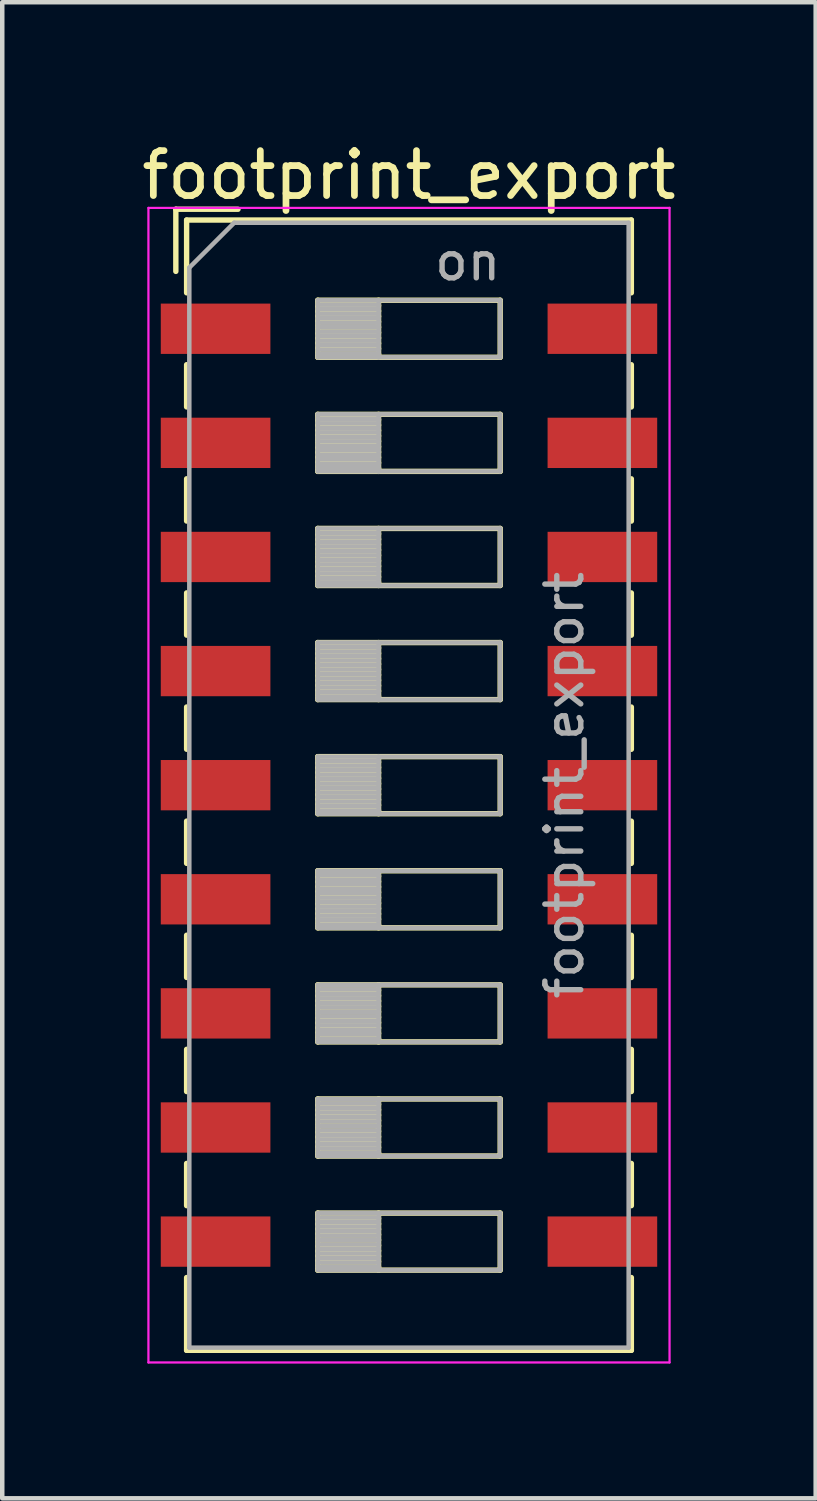
<source format=kicad_pcb>
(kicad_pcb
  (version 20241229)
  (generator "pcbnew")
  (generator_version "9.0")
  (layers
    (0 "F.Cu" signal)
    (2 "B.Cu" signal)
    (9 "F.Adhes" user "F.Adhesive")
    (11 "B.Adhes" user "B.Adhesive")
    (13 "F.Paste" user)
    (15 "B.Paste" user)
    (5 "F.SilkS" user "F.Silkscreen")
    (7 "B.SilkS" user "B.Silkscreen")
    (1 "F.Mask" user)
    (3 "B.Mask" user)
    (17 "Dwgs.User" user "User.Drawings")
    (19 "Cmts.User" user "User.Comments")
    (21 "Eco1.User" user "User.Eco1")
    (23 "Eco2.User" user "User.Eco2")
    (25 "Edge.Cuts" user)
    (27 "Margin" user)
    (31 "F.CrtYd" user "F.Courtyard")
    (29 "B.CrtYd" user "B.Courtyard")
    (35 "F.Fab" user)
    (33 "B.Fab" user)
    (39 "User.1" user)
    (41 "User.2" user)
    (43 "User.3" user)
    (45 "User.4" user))
  (footprint "footprint_export"
    (layer "F.Cu")
    (at 6.054 14.428)
    (property "Reference" "footprint_export" (at 0 -13.58 0) (layer "F.SilkS") (effects (font (size 1 1) (thickness 0.15))))
    (attr smd)
    (fp_line (start -5.19 -12.82) (end -5.19 -11.437) (stroke (width 0.12) (type solid)) (layer "F.SilkS"))
    (fp_line (start -5.19 -12.82) (end -3.806 -12.82) (stroke (width 0.12) (type solid)) (layer "F.SilkS"))
    (fp_line (start -4.95 -12.58) (end -4.95 -10.96) (stroke (width 0.12) (type solid)) (layer "F.SilkS"))
    (fp_line (start -4.95 -12.58) (end 4.95 -12.58) (stroke (width 0.12) (type solid)) (layer "F.SilkS"))
    (fp_line (start -4.95 -9.36) (end -4.95 -8.42) (stroke (width 0.12) (type solid)) (layer "F.SilkS"))
    (fp_line (start -4.95 -6.82) (end -4.95 -5.88) (stroke (width 0.12) (type solid)) (layer "F.SilkS"))
    (fp_line (start -4.95 -4.28) (end -4.95 -3.34) (stroke (width 0.12) (type solid)) (layer "F.SilkS"))
    (fp_line (start -4.95 -1.74) (end -4.95 -0.8) (stroke (width 0.12) (type solid)) (layer "F.SilkS"))
    (fp_line (start -4.95 0.8) (end -4.95 1.74) (stroke (width 0.12) (type solid)) (layer "F.SilkS"))
    (fp_line (start -4.95 3.34) (end -4.95 4.28) (stroke (width 0.12) (type solid)) (layer "F.SilkS"))
    (fp_line (start -4.95 5.88) (end -4.95 6.82) (stroke (width 0.12) (type solid)) (layer "F.SilkS"))
    (fp_line (start -4.95 8.42) (end -4.95 9.36) (stroke (width 0.12) (type solid)) (layer "F.SilkS"))
    (fp_line (start -4.95 10.96) (end -4.95 12.58) (stroke (width 0.12) (type solid)) (layer "F.SilkS"))
    (fp_line (start -4.95 12.58) (end 4.95 12.58) (stroke (width 0.12) (type solid)) (layer "F.SilkS"))
    (fp_line (start -2.03 -10.795) (end -2.03 -9.525) (stroke (width 0.12) (type solid)) (layer "F.SilkS"))
    (fp_line (start -2.03 -10.675) (end -0.677 -10.675) (stroke (width 0.12) (type solid)) (layer "F.SilkS"))
    (fp_line (start -2.03 -10.555) (end -0.677 -10.555) (stroke (width 0.12) (type solid)) (layer "F.SilkS"))
    (fp_line (start -2.03 -10.435) (end -0.677 -10.435) (stroke (width 0.12) (type solid)) (layer "F.SilkS"))
    (fp_line (start -2.03 -10.315) (end -0.677 -10.315) (stroke (width 0.12) (type solid)) (layer "F.SilkS"))
    (fp_line (start -2.03 -10.195) (end -0.677 -10.195) (stroke (width 0.12) (type solid)) (layer "F.SilkS"))
    (fp_line (start -2.03 -10.075) (end -0.677 -10.075) (stroke (width 0.12) (type solid)) (layer "F.SilkS"))
    (fp_line (start -2.03 -9.955) (end -0.677 -9.955) (stroke (width 0.12) (type solid)) (layer "F.SilkS"))
    (fp_line (start -2.03 -9.835) (end -0.677 -9.835) (stroke (width 0.12) (type solid)) (layer "F.SilkS"))
    (fp_line (start -2.03 -9.715) (end -0.677 -9.715) (stroke (width 0.12) (type solid)) (layer "F.SilkS"))
    (fp_line (start -2.03 -9.595) (end -0.677 -9.595) (stroke (width 0.12) (type solid)) (layer "F.SilkS"))
    (fp_line (start -2.03 -9.525) (end 2.03 -9.525) (stroke (width 0.12) (type solid)) (layer "F.SilkS"))
    (fp_line (start -2.03 -8.255) (end -2.03 -6.985) (stroke (width 0.12) (type solid)) (layer "F.SilkS"))
    (fp_line (start -2.03 -8.135) (end -0.677 -8.135) (stroke (width 0.12) (type solid)) (layer "F.SilkS"))
    (fp_line (start -2.03 -8.015) (end -0.677 -8.015) (stroke (width 0.12) (type solid)) (layer "F.SilkS"))
    (fp_line (start -2.03 -7.895) (end -0.677 -7.895) (stroke (width 0.12) (type solid)) (layer "F.SilkS"))
    (fp_line (start -2.03 -7.775) (end -0.677 -7.775) (stroke (width 0.12) (type solid)) (layer "F.SilkS"))
    (fp_line (start -2.03 -7.655) (end -0.677 -7.655) (stroke (width 0.12) (type solid)) (layer "F.SilkS"))
    (fp_line (start -2.03 -7.535) (end -0.677 -7.535) (stroke (width 0.12) (type solid)) (layer "F.SilkS"))
    (fp_line (start -2.03 -7.415) (end -0.677 -7.415) (stroke (width 0.12) (type solid)) (layer "F.SilkS"))
    (fp_line (start -2.03 -7.295) (end -0.677 -7.295) (stroke (width 0.12) (type solid)) (layer "F.SilkS"))
    (fp_line (start -2.03 -7.175) (end -0.677 -7.175) (stroke (width 0.12) (type solid)) (layer "F.SilkS"))
    (fp_line (start -2.03 -7.055) (end -0.677 -7.055) (stroke (width 0.12) (type solid)) (layer "F.SilkS"))
    (fp_line (start -2.03 -6.985) (end 2.03 -6.985) (stroke (width 0.12) (type solid)) (layer "F.SilkS"))
    (fp_line (start -2.03 -5.715) (end -2.03 -4.445) (stroke (width 0.12) (type solid)) (layer "F.SilkS"))
    (fp_line (start -2.03 -5.595) (end -0.677 -5.595) (stroke (width 0.12) (type solid)) (layer "F.SilkS"))
    (fp_line (start -2.03 -5.475) (end -0.677 -5.475) (stroke (width 0.12) (type solid)) (layer "F.SilkS"))
    (fp_line (start -2.03 -5.355) (end -0.677 -5.355) (stroke (width 0.12) (type solid)) (layer "F.SilkS"))
    (fp_line (start -2.03 -5.235) (end -0.677 -5.235) (stroke (width 0.12) (type solid)) (layer "F.SilkS"))
    (fp_line (start -2.03 -5.115) (end -0.677 -5.115) (stroke (width 0.12) (type solid)) (layer "F.SilkS"))
    (fp_line (start -2.03 -4.995) (end -0.677 -4.995) (stroke (width 0.12) (type solid)) (layer "F.SilkS"))
    (fp_line (start -2.03 -4.875) (end -0.677 -4.875) (stroke (width 0.12) (type solid)) (layer "F.SilkS"))
    (fp_line (start -2.03 -4.755) (end -0.677 -4.755) (stroke (width 0.12) (type solid)) (layer "F.SilkS"))
    (fp_line (start -2.03 -4.635) (end -0.677 -4.635) (stroke (width 0.12) (type solid)) (layer "F.SilkS"))
    (fp_line (start -2.03 -4.515) (end -0.677 -4.515) (stroke (width 0.12) (type solid)) (layer "F.SilkS"))
    (fp_line (start -2.03 -4.445) (end 2.03 -4.445) (stroke (width 0.12) (type solid)) (layer "F.SilkS"))
    (fp_line (start -2.03 -3.175) (end -2.03 -1.905) (stroke (width 0.12) (type solid)) (layer "F.SilkS"))
    (fp_line (start -2.03 -3.055) (end -0.677 -3.055) (stroke (width 0.12) (type solid)) (layer "F.SilkS"))
    (fp_line (start -2.03 -2.935) (end -0.677 -2.935) (stroke (width 0.12) (type solid)) (layer "F.SilkS"))
    (fp_line (start -2.03 -2.815) (end -0.677 -2.815) (stroke (width 0.12) (type solid)) (layer "F.SilkS"))
    (fp_line (start -2.03 -2.695) (end -0.677 -2.695) (stroke (width 0.12) (type solid)) (layer "F.SilkS"))
    (fp_line (start -2.03 -2.575) (end -0.677 -2.575) (stroke (width 0.12) (type solid)) (layer "F.SilkS"))
    (fp_line (start -2.03 -2.455) (end -0.677 -2.455) (stroke (width 0.12) (type solid)) (layer "F.SilkS"))
    (fp_line (start -2.03 -2.335) (end -0.677 -2.335) (stroke (width 0.12) (type solid)) (layer "F.SilkS"))
    (fp_line (start -2.03 -2.215) (end -0.677 -2.215) (stroke (width 0.12) (type solid)) (layer "F.SilkS"))
    (fp_line (start -2.03 -2.095) (end -0.677 -2.095) (stroke (width 0.12) (type solid)) (layer "F.SilkS"))
    (fp_line (start -2.03 -1.975) (end -0.677 -1.975) (stroke (width 0.12) (type solid)) (layer "F.SilkS"))
    (fp_line (start -2.03 -1.905) (end 2.03 -1.905) (stroke (width 0.12) (type solid)) (layer "F.SilkS"))
    (fp_line (start -2.03 -0.635) (end -2.03 0.635) (stroke (width 0.12) (type solid)) (layer "F.SilkS"))
    (fp_line (start -2.03 -0.515) (end -0.677 -0.515) (stroke (width 0.12) (type solid)) (layer "F.SilkS"))
    (fp_line (start -2.03 -0.395) (end -0.677 -0.395) (stroke (width 0.12) (type solid)) (layer "F.SilkS"))
    (fp_line (start -2.03 -0.275) (end -0.677 -0.275) (stroke (width 0.12) (type solid)) (layer "F.SilkS"))
    (fp_line (start -2.03 -0.155) (end -0.677 -0.155) (stroke (width 0.12) (type solid)) (layer "F.SilkS"))
    (fp_line (start -2.03 -0.035) (end -0.677 -0.035) (stroke (width 0.12) (type solid)) (layer "F.SilkS"))
    (fp_line (start -2.03 0.085) (end -0.677 0.085) (stroke (width 0.12) (type solid)) (layer "F.SilkS"))
    (fp_line (start -2.03 0.205) (end -0.677 0.205) (stroke (width 0.12) (type solid)) (layer "F.SilkS"))
    (fp_line (start -2.03 0.325) (end -0.677 0.325) (stroke (width 0.12) (type solid)) (layer "F.SilkS"))
    (fp_line (start -2.03 0.445) (end -0.677 0.445) (stroke (width 0.12) (type solid)) (layer "F.SilkS"))
    (fp_line (start -2.03 0.565) (end -0.677 0.565) (stroke (width 0.12) (type solid)) (layer "F.SilkS"))
    (fp_line (start -2.03 0.635) (end 2.03 0.635) (stroke (width 0.12) (type solid)) (layer "F.SilkS"))
    (fp_line (start -2.03 1.905) (end -2.03 3.175) (stroke (width 0.12) (type solid)) (layer "F.SilkS"))
    (fp_line (start -2.03 2.025) (end -0.677 2.025) (stroke (width 0.12) (type solid)) (layer "F.SilkS"))
    (fp_line (start -2.03 2.145) (end -0.677 2.145) (stroke (width 0.12) (type solid)) (layer "F.SilkS"))
    (fp_line (start -2.03 2.265) (end -0.677 2.265) (stroke (width 0.12) (type solid)) (layer "F.SilkS"))
    (fp_line (start -2.03 2.385) (end -0.677 2.385) (stroke (width 0.12) (type solid)) (layer "F.SilkS"))
    (fp_line (start -2.03 2.505) (end -0.677 2.505) (stroke (width 0.12) (type solid)) (layer "F.SilkS"))
    (fp_line (start -2.03 2.625) (end -0.677 2.625) (stroke (width 0.12) (type solid)) (layer "F.SilkS"))
    (fp_line (start -2.03 2.745) (end -0.677 2.745) (stroke (width 0.12) (type solid)) (layer "F.SilkS"))
    (fp_line (start -2.03 2.865) (end -0.677 2.865) (stroke (width 0.12) (type solid)) (layer "F.SilkS"))
    (fp_line (start -2.03 2.985) (end -0.677 2.985) (stroke (width 0.12) (type solid)) (layer "F.SilkS"))
    (fp_line (start -2.03 3.105) (end -0.677 3.105) (stroke (width 0.12) (type solid)) (layer "F.SilkS"))
    (fp_line (start -2.03 3.175) (end 2.03 3.175) (stroke (width 0.12) (type solid)) (layer "F.SilkS"))
    (fp_line (start -2.03 4.445) (end -2.03 5.715) (stroke (width 0.12) (type solid)) (layer "F.SilkS"))
    (fp_line (start -2.03 4.565) (end -0.677 4.565) (stroke (width 0.12) (type solid)) (layer "F.SilkS"))
    (fp_line (start -2.03 4.685) (end -0.677 4.685) (stroke (width 0.12) (type solid)) (layer "F.SilkS"))
    (fp_line (start -2.03 4.805) (end -0.677 4.805) (stroke (width 0.12) (type solid)) (layer "F.SilkS"))
    (fp_line (start -2.03 4.925) (end -0.677 4.925) (stroke (width 0.12) (type solid)) (layer "F.SilkS"))
    (fp_line (start -2.03 5.045) (end -0.677 5.045) (stroke (width 0.12) (type solid)) (layer "F.SilkS"))
    (fp_line (start -2.03 5.165) (end -0.677 5.165) (stroke (width 0.12) (type solid)) (layer "F.SilkS"))
    (fp_line (start -2.03 5.285) (end -0.677 5.285) (stroke (width 0.12) (type solid)) (layer "F.SilkS"))
    (fp_line (start -2.03 5.405) (end -0.677 5.405) (stroke (width 0.12) (type solid)) (layer "F.SilkS"))
    (fp_line (start -2.03 5.525) (end -0.677 5.525) (stroke (width 0.12) (type solid)) (layer "F.SilkS"))
    (fp_line (start -2.03 5.645) (end -0.677 5.645) (stroke (width 0.12) (type solid)) (layer "F.SilkS"))
    (fp_line (start -2.03 5.715) (end 2.03 5.715) (stroke (width 0.12) (type solid)) (layer "F.SilkS"))
    (fp_line (start -2.03 6.985) (end -2.03 8.255) (stroke (width 0.12) (type solid)) (layer "F.SilkS"))
    (fp_line (start -2.03 7.105) (end -0.677 7.105) (stroke (width 0.12) (type solid)) (layer "F.SilkS"))
    (fp_line (start -2.03 7.225) (end -0.677 7.225) (stroke (width 0.12) (type solid)) (layer "F.SilkS"))
    (fp_line (start -2.03 7.345) (end -0.677 7.345) (stroke (width 0.12) (type solid)) (layer "F.SilkS"))
    (fp_line (start -2.03 7.465) (end -0.677 7.465) (stroke (width 0.12) (type solid)) (layer "F.SilkS"))
    (fp_line (start -2.03 7.585) (end -0.677 7.585) (stroke (width 0.12) (type solid)) (layer "F.SilkS"))
    (fp_line (start -2.03 7.705) (end -0.677 7.705) (stroke (width 0.12) (type solid)) (layer "F.SilkS"))
    (fp_line (start -2.03 7.825) (end -0.677 7.825) (stroke (width 0.12) (type solid)) (layer "F.SilkS"))
    (fp_line (start -2.03 7.945) (end -0.677 7.945) (stroke (width 0.12) (type solid)) (layer "F.SilkS"))
    (fp_line (start -2.03 8.065) (end -0.677 8.065) (stroke (width 0.12) (type solid)) (layer "F.SilkS"))
    (fp_line (start -2.03 8.185) (end -0.677 8.185) (stroke (width 0.12) (type solid)) (layer "F.SilkS"))
    (fp_line (start -2.03 8.255) (end 2.03 8.255) (stroke (width 0.12) (type solid)) (layer "F.SilkS"))
    (fp_line (start -2.03 9.525) (end -2.03 10.795) (stroke (width 0.12) (type solid)) (layer "F.SilkS"))
    (fp_line (start -2.03 9.645) (end -0.677 9.645) (stroke (width 0.12) (type solid)) (layer "F.SilkS"))
    (fp_line (start -2.03 9.765) (end -0.677 9.765) (stroke (width 0.12) (type solid)) (layer "F.SilkS"))
    (fp_line (start -2.03 9.885) (end -0.677 9.885) (stroke (width 0.12) (type solid)) (layer "F.SilkS"))
    (fp_line (start -2.03 10.005) (end -0.677 10.005) (stroke (width 0.12) (type solid)) (layer "F.SilkS"))
    (fp_line (start -2.03 10.125) (end -0.677 10.125) (stroke (width 0.12) (type solid)) (layer "F.SilkS"))
    (fp_line (start -2.03 10.245) (end -0.677 10.245) (stroke (width 0.12) (type solid)) (layer "F.SilkS"))
    (fp_line (start -2.03 10.365) (end -0.677 10.365) (stroke (width 0.12) (type solid)) (layer "F.SilkS"))
    (fp_line (start -2.03 10.485) (end -0.677 10.485) (stroke (width 0.12) (type solid)) (layer "F.SilkS"))
    (fp_line (start -2.03 10.605) (end -0.677 10.605) (stroke (width 0.12) (type solid)) (layer "F.SilkS"))
    (fp_line (start -2.03 10.725) (end -0.677 10.725) (stroke (width 0.12) (type solid)) (layer "F.SilkS"))
    (fp_line (start -2.03 10.795) (end 2.03 10.795) (stroke (width 0.12) (type solid)) (layer "F.SilkS"))
    (fp_line (start -0.677 -10.795) (end -0.677 -9.525) (stroke (width 0.12) (type solid)) (layer "F.SilkS"))
    (fp_line (start -0.677 -8.255) (end -0.677 -6.985) (stroke (width 0.12) (type solid)) (layer "F.SilkS"))
    (fp_line (start -0.677 -5.715) (end -0.677 -4.445) (stroke (width 0.12) (type solid)) (layer "F.SilkS"))
    (fp_line (start -0.677 -3.175) (end -0.677 -1.905) (stroke (width 0.12) (type solid)) (layer "F.SilkS"))
    (fp_line (start -0.677 -0.635) (end -0.677 0.635) (stroke (width 0.12) (type solid)) (layer "F.SilkS"))
    (fp_line (start -0.677 1.905) (end -0.677 3.175) (stroke (width 0.12) (type solid)) (layer "F.SilkS"))
    (fp_line (start -0.677 4.445) (end -0.677 5.715) (stroke (width 0.12) (type solid)) (layer "F.SilkS"))
    (fp_line (start -0.677 6.985) (end -0.677 8.255) (stroke (width 0.12) (type solid)) (layer "F.SilkS"))
    (fp_line (start -0.677 9.525) (end -0.677 10.795) (stroke (width 0.12) (type solid)) (layer "F.SilkS"))
    (fp_line (start 2.03 -10.795) (end -2.03 -10.795) (stroke (width 0.12) (type solid)) (layer "F.SilkS"))
    (fp_line (start 2.03 -9.525) (end 2.03 -10.795) (stroke (width 0.12) (type solid)) (layer "F.SilkS"))
    (fp_line (start 2.03 -8.255) (end -2.03 -8.255) (stroke (width 0.12) (type solid)) (layer "F.SilkS"))
    (fp_line (start 2.03 -6.985) (end 2.03 -8.255) (stroke (width 0.12) (type solid)) (layer "F.SilkS"))
    (fp_line (start 2.03 -5.715) (end -2.03 -5.715) (stroke (width 0.12) (type solid)) (layer "F.SilkS"))
    (fp_line (start 2.03 -4.445) (end 2.03 -5.715) (stroke (width 0.12) (type solid)) (layer "F.SilkS"))
    (fp_line (start 2.03 -3.175) (end -2.03 -3.175) (stroke (width 0.12) (type solid)) (layer "F.SilkS"))
    (fp_line (start 2.03 -1.905) (end 2.03 -3.175) (stroke (width 0.12) (type solid)) (layer "F.SilkS"))
    (fp_line (start 2.03 -0.635) (end -2.03 -0.635) (stroke (width 0.12) (type solid)) (layer "F.SilkS"))
    (fp_line (start 2.03 0.635) (end 2.03 -0.635) (stroke (width 0.12) (type solid)) (layer "F.SilkS"))
    (fp_line (start 2.03 1.905) (end -2.03 1.905) (stroke (width 0.12) (type solid)) (layer "F.SilkS"))
    (fp_line (start 2.03 3.175) (end 2.03 1.905) (stroke (width 0.12) (type solid)) (layer "F.SilkS"))
    (fp_line (start 2.03 4.445) (end -2.03 4.445) (stroke (width 0.12) (type solid)) (layer "F.SilkS"))
    (fp_line (start 2.03 5.715) (end 2.03 4.445) (stroke (width 0.12) (type solid)) (layer "F.SilkS"))
    (fp_line (start 2.03 6.985) (end -2.03 6.985) (stroke (width 0.12) (type solid)) (layer "F.SilkS"))
    (fp_line (start 2.03 8.255) (end 2.03 6.985) (stroke (width 0.12) (type solid)) (layer "F.SilkS"))
    (fp_line (start 2.03 9.525) (end -2.03 9.525) (stroke (width 0.12) (type solid)) (layer "F.SilkS"))
    (fp_line (start 2.03 10.795) (end 2.03 9.525) (stroke (width 0.12) (type solid)) (layer "F.SilkS"))
    (fp_line (start 4.95 -12.58) (end 4.95 -10.96) (stroke (width 0.12) (type solid)) (layer "F.SilkS"))
    (fp_line (start 4.95 -9.359) (end 4.95 -8.419) (stroke (width 0.12) (type solid)) (layer "F.SilkS"))
    (fp_line (start 4.95 -6.819) (end 4.95 -5.879) (stroke (width 0.12) (type solid)) (layer "F.SilkS"))
    (fp_line (start 4.95 -4.279) (end 4.95 -3.339) (stroke (width 0.12) (type solid)) (layer "F.SilkS"))
    (fp_line (start 4.95 -1.739) (end 4.95 -0.799) (stroke (width 0.12) (type solid)) (layer "F.SilkS"))
    (fp_line (start 4.95 0.801) (end 4.95 1.741) (stroke (width 0.12) (type solid)) (layer "F.SilkS"))
    (fp_line (start 4.95 3.341) (end 4.95 4.281) (stroke (width 0.12) (type solid)) (layer "F.SilkS"))
    (fp_line (start 4.95 5.881) (end 4.95 6.82) (stroke (width 0.12) (type solid)) (layer "F.SilkS"))
    (fp_line (start 4.95 8.42) (end 4.95 9.36) (stroke (width 0.12) (type solid)) (layer "F.SilkS"))
    (fp_line (start 4.95 10.96) (end 4.95 12.58) (stroke (width 0.12) (type solid)) (layer "F.SilkS"))
    (fp_line (start -5.8 -12.85) (end -5.8 12.85) (stroke (width 0.05) (type solid)) (layer "F.CrtYd"))
    (fp_line (start -5.8 12.85) (end 5.8 12.85) (stroke (width 0.05) (type solid)) (layer "F.CrtYd"))
    (fp_line (start 5.8 -12.85) (end -5.8 -12.85) (stroke (width 0.05) (type solid)) (layer "F.CrtYd"))
    (fp_line (start 5.8 12.85) (end 5.8 -12.85) (stroke (width 0.05) (type solid)) (layer "F.CrtYd"))
    (fp_line (start -4.89 -11.52) (end -3.89 -12.52) (stroke (width 0.1) (type solid)) (layer "F.Fab"))
    (fp_line (start -4.89 12.52) (end -4.89 -11.52) (stroke (width 0.1) (type solid)) (layer "F.Fab"))
    (fp_line (start -3.89 -12.52) (end 4.89 -12.52) (stroke (width 0.1) (type solid)) (layer "F.Fab"))
    (fp_line (start -2.03 -10.795) (end -2.03 -9.525) (stroke (width 0.1) (type solid)) (layer "F.Fab"))
    (fp_line (start -2.03 -10.695) (end -0.677 -10.695) (stroke (width 0.1) (type solid)) (layer "F.Fab"))
    (fp_line (start -2.03 -10.595) (end -0.677 -10.595) (stroke (width 0.1) (type solid)) (layer "F.Fab"))
    (fp_line (start -2.03 -10.495) (end -0.677 -10.495) (stroke (width 0.1) (type solid)) (layer "F.Fab"))
    (fp_line (start -2.03 -10.395) (end -0.677 -10.395) (stroke (width 0.1) (type solid)) (layer "F.Fab"))
    (fp_line (start -2.03 -10.295) (end -0.677 -10.295) (stroke (width 0.1) (type solid)) (layer "F.Fab"))
    (fp_line (start -2.03 -10.195) (end -0.677 -10.195) (stroke (width 0.1) (type solid)) (layer "F.Fab"))
    (fp_line (start -2.03 -10.095) (end -0.677 -10.095) (stroke (width 0.1) (type solid)) (layer "F.Fab"))
    (fp_line (start -2.03 -9.995) (end -0.677 -9.995) (stroke (width 0.1) (type solid)) (layer "F.Fab"))
    (fp_line (start -2.03 -9.895) (end -0.677 -9.895) (stroke (width 0.1) (type solid)) (layer "F.Fab"))
    (fp_line (start -2.03 -9.795) (end -0.677 -9.795) (stroke (width 0.1) (type solid)) (layer "F.Fab"))
    (fp_line (start -2.03 -9.695) (end -0.677 -9.695) (stroke (width 0.1) (type solid)) (layer "F.Fab"))
    (fp_line (start -2.03 -9.595) (end -0.677 -9.595) (stroke (width 0.1) (type solid)) (layer "F.Fab"))
    (fp_line (start -2.03 -9.525) (end 2.03 -9.525) (stroke (width 0.1) (type solid)) (layer "F.Fab"))
    (fp_line (start -2.03 -8.255) (end -2.03 -6.985) (stroke (width 0.1) (type solid)) (layer "F.Fab"))
    (fp_line (start -2.03 -8.155) (end -0.677 -8.155) (stroke (width 0.1) (type solid)) (layer "F.Fab"))
    (fp_line (start -2.03 -8.055) (end -0.677 -8.055) (stroke (width 0.1) (type solid)) (layer "F.Fab"))
    (fp_line (start -2.03 -7.955) (end -0.677 -7.955) (stroke (width 0.1) (type solid)) (layer "F.Fab"))
    (fp_line (start -2.03 -7.855) (end -0.677 -7.855) (stroke (width 0.1) (type solid)) (layer "F.Fab"))
    (fp_line (start -2.03 -7.755) (end -0.677 -7.755) (stroke (width 0.1) (type solid)) (layer "F.Fab"))
    (fp_line (start -2.03 -7.655) (end -0.677 -7.655) (stroke (width 0.1) (type solid)) (layer "F.Fab"))
    (fp_line (start -2.03 -7.555) (end -0.677 -7.555) (stroke (width 0.1) (type solid)) (layer "F.Fab"))
    (fp_line (start -2.03 -7.455) (end -0.677 -7.455) (stroke (width 0.1) (type solid)) (layer "F.Fab"))
    (fp_line (start -2.03 -7.355) (end -0.677 -7.355) (stroke (width 0.1) (type solid)) (layer "F.Fab"))
    (fp_line (start -2.03 -7.255) (end -0.677 -7.255) (stroke (width 0.1) (type solid)) (layer "F.Fab"))
    (fp_line (start -2.03 -7.155) (end -0.677 -7.155) (stroke (width 0.1) (type solid)) (layer "F.Fab"))
    (fp_line (start -2.03 -7.055) (end -0.677 -7.055) (stroke (width 0.1) (type solid)) (layer "F.Fab"))
    (fp_line (start -2.03 -6.985) (end 2.03 -6.985) (stroke (width 0.1) (type solid)) (layer "F.Fab"))
    (fp_line (start -2.03 -5.715) (end -2.03 -4.445) (stroke (width 0.1) (type solid)) (layer "F.Fab"))
    (fp_line (start -2.03 -5.615) (end -0.677 -5.615) (stroke (width 0.1) (type solid)) (layer "F.Fab"))
    (fp_line (start -2.03 -5.515) (end -0.677 -5.515) (stroke (width 0.1) (type solid)) (layer "F.Fab"))
    (fp_line (start -2.03 -5.415) (end -0.677 -5.415) (stroke (width 0.1) (type solid)) (layer "F.Fab"))
    (fp_line (start -2.03 -5.315) (end -0.677 -5.315) (stroke (width 0.1) (type solid)) (layer "F.Fab"))
    (fp_line (start -2.03 -5.215) (end -0.677 -5.215) (stroke (width 0.1) (type solid)) (layer "F.Fab"))
    (fp_line (start -2.03 -5.115) (end -0.677 -5.115) (stroke (width 0.1) (type solid)) (layer "F.Fab"))
    (fp_line (start -2.03 -5.015) (end -0.677 -5.015) (stroke (width 0.1) (type solid)) (layer "F.Fab"))
    (fp_line (start -2.03 -4.915) (end -0.677 -4.915) (stroke (width 0.1) (type solid)) (layer "F.Fab"))
    (fp_line (start -2.03 -4.815) (end -0.677 -4.815) (stroke (width 0.1) (type solid)) (layer "F.Fab"))
    (fp_line (start -2.03 -4.715) (end -0.677 -4.715) (stroke (width 0.1) (type solid)) (layer "F.Fab"))
    (fp_line (start -2.03 -4.615) (end -0.677 -4.615) (stroke (width 0.1) (type solid)) (layer "F.Fab"))
    (fp_line (start -2.03 -4.515) (end -0.677 -4.515) (stroke (width 0.1) (type solid)) (layer "F.Fab"))
    (fp_line (start -2.03 -4.445) (end 2.03 -4.445) (stroke (width 0.1) (type solid)) (layer "F.Fab"))
    (fp_line (start -2.03 -3.175) (end -2.03 -1.905) (stroke (width 0.1) (type solid)) (layer "F.Fab"))
    (fp_line (start -2.03 -3.075) (end -0.677 -3.075) (stroke (width 0.1) (type solid)) (layer "F.Fab"))
    (fp_line (start -2.03 -2.975) (end -0.677 -2.975) (stroke (width 0.1) (type solid)) (layer "F.Fab"))
    (fp_line (start -2.03 -2.875) (end -0.677 -2.875) (stroke (width 0.1) (type solid)) (layer "F.Fab"))
    (fp_line (start -2.03 -2.775) (end -0.677 -2.775) (stroke (width 0.1) (type solid)) (layer "F.Fab"))
    (fp_line (start -2.03 -2.675) (end -0.677 -2.675) (stroke (width 0.1) (type solid)) (layer "F.Fab"))
    (fp_line (start -2.03 -2.575) (end -0.677 -2.575) (stroke (width 0.1) (type solid)) (layer "F.Fab"))
    (fp_line (start -2.03 -2.475) (end -0.677 -2.475) (stroke (width 0.1) (type solid)) (layer "F.Fab"))
    (fp_line (start -2.03 -2.375) (end -0.677 -2.375) (stroke (width 0.1) (type solid)) (layer "F.Fab"))
    (fp_line (start -2.03 -2.275) (end -0.677 -2.275) (stroke (width 0.1) (type solid)) (layer "F.Fab"))
    (fp_line (start -2.03 -2.175) (end -0.677 -2.175) (stroke (width 0.1) (type solid)) (layer "F.Fab"))
    (fp_line (start -2.03 -2.075) (end -0.677 -2.075) (stroke (width 0.1) (type solid)) (layer "F.Fab"))
    (fp_line (start -2.03 -1.975) (end -0.677 -1.975) (stroke (width 0.1) (type solid)) (layer "F.Fab"))
    (fp_line (start -2.03 -1.905) (end 2.03 -1.905) (stroke (width 0.1) (type solid)) (layer "F.Fab"))
    (fp_line (start -2.03 -0.635) (end -2.03 0.635) (stroke (width 0.1) (type solid)) (layer "F.Fab"))
    (fp_line (start -2.03 -0.535) (end -0.677 -0.535) (stroke (width 0.1) (type solid)) (layer "F.Fab"))
    (fp_line (start -2.03 -0.435) (end -0.677 -0.435) (stroke (width 0.1) (type solid)) (layer "F.Fab"))
    (fp_line (start -2.03 -0.335) (end -0.677 -0.335) (stroke (width 0.1) (type solid)) (layer "F.Fab"))
    (fp_line (start -2.03 -0.235) (end -0.677 -0.235) (stroke (width 0.1) (type solid)) (layer "F.Fab"))
    (fp_line (start -2.03 -0.135) (end -0.677 -0.135) (stroke (width 0.1) (type solid)) (layer "F.Fab"))
    (fp_line (start -2.03 -0.035) (end -0.677 -0.035) (stroke (width 0.1) (type solid)) (layer "F.Fab"))
    (fp_line (start -2.03 0.065) (end -0.677 0.065) (stroke (width 0.1) (type solid)) (layer "F.Fab"))
    (fp_line (start -2.03 0.165) (end -0.677 0.165) (stroke (width 0.1) (type solid)) (layer "F.Fab"))
    (fp_line (start -2.03 0.265) (end -0.677 0.265) (stroke (width 0.1) (type solid)) (layer "F.Fab"))
    (fp_line (start -2.03 0.365) (end -0.677 0.365) (stroke (width 0.1) (type solid)) (layer "F.Fab"))
    (fp_line (start -2.03 0.465) (end -0.677 0.465) (stroke (width 0.1) (type solid)) (layer "F.Fab"))
    (fp_line (start -2.03 0.565) (end -0.677 0.565) (stroke (width 0.1) (type solid)) (layer "F.Fab"))
    (fp_line (start -2.03 0.635) (end 2.03 0.635) (stroke (width 0.1) (type solid)) (layer "F.Fab"))
    (fp_line (start -2.03 1.905) (end -2.03 3.175) (stroke (width 0.1) (type solid)) (layer "F.Fab"))
    (fp_line (start -2.03 2.005) (end -0.677 2.005) (stroke (width 0.1) (type solid)) (layer "F.Fab"))
    (fp_line (start -2.03 2.105) (end -0.677 2.105) (stroke (width 0.1) (type solid)) (layer "F.Fab"))
    (fp_line (start -2.03 2.205) (end -0.677 2.205) (stroke (width 0.1) (type solid)) (layer "F.Fab"))
    (fp_line (start -2.03 2.305) (end -0.677 2.305) (stroke (width 0.1) (type solid)) (layer "F.Fab"))
    (fp_line (start -2.03 2.405) (end -0.677 2.405) (stroke (width 0.1) (type solid)) (layer "F.Fab"))
    (fp_line (start -2.03 2.505) (end -0.677 2.505) (stroke (width 0.1) (type solid)) (layer "F.Fab"))
    (fp_line (start -2.03 2.605) (end -0.677 2.605) (stroke (width 0.1) (type solid)) (layer "F.Fab"))
    (fp_line (start -2.03 2.705) (end -0.677 2.705) (stroke (width 0.1) (type solid)) (layer "F.Fab"))
    (fp_line (start -2.03 2.805) (end -0.677 2.805) (stroke (width 0.1) (type solid)) (layer "F.Fab"))
    (fp_line (start -2.03 2.905) (end -0.677 2.905) (stroke (width 0.1) (type solid)) (layer "F.Fab"))
    (fp_line (start -2.03 3.005) (end -0.677 3.005) (stroke (width 0.1) (type solid)) (layer "F.Fab"))
    (fp_line (start -2.03 3.105) (end -0.677 3.105) (stroke (width 0.1) (type solid)) (layer "F.Fab"))
    (fp_line (start -2.03 3.175) (end 2.03 3.175) (stroke (width 0.1) (type solid)) (layer "F.Fab"))
    (fp_line (start -2.03 4.445) (end -2.03 5.715) (stroke (width 0.1) (type solid)) (layer "F.Fab"))
    (fp_line (start -2.03 4.545) (end -0.677 4.545) (stroke (width 0.1) (type solid)) (layer "F.Fab"))
    (fp_line (start -2.03 4.645) (end -0.677 4.645) (stroke (width 0.1) (type solid)) (layer "F.Fab"))
    (fp_line (start -2.03 4.745) (end -0.677 4.745) (stroke (width 0.1) (type solid)) (layer "F.Fab"))
    (fp_line (start -2.03 4.845) (end -0.677 4.845) (stroke (width 0.1) (type solid)) (layer "F.Fab"))
    (fp_line (start -2.03 4.945) (end -0.677 4.945) (stroke (width 0.1) (type solid)) (layer "F.Fab"))
    (fp_line (start -2.03 5.045) (end -0.677 5.045) (stroke (width 0.1) (type solid)) (layer "F.Fab"))
    (fp_line (start -2.03 5.145) (end -0.677 5.145) (stroke (width 0.1) (type solid)) (layer "F.Fab"))
    (fp_line (start -2.03 5.245) (end -0.677 5.245) (stroke (width 0.1) (type solid)) (layer "F.Fab"))
    (fp_line (start -2.03 5.345) (end -0.677 5.345) (stroke (width 0.1) (type solid)) (layer "F.Fab"))
    (fp_line (start -2.03 5.445) (end -0.677 5.445) (stroke (width 0.1) (type solid)) (layer "F.Fab"))
    (fp_line (start -2.03 5.545) (end -0.677 5.545) (stroke (width 0.1) (type solid)) (layer "F.Fab"))
    (fp_line (start -2.03 5.645) (end -0.677 5.645) (stroke (width 0.1) (type solid)) (layer "F.Fab"))
    (fp_line (start -2.03 5.715) (end 2.03 5.715) (stroke (width 0.1) (type solid)) (layer "F.Fab"))
    (fp_line (start -2.03 6.985) (end -2.03 8.255) (stroke (width 0.1) (type solid)) (layer "F.Fab"))
    (fp_line (start -2.03 7.085) (end -0.677 7.085) (stroke (width 0.1) (type solid)) (layer "F.Fab"))
    (fp_line (start -2.03 7.185) (end -0.677 7.185) (stroke (width 0.1) (type solid)) (layer "F.Fab"))
    (fp_line (start -2.03 7.285) (end -0.677 7.285) (stroke (width 0.1) (type solid)) (layer "F.Fab"))
    (fp_line (start -2.03 7.385) (end -0.677 7.385) (stroke (width 0.1) (type solid)) (layer "F.Fab"))
    (fp_line (start -2.03 7.485) (end -0.677 7.485) (stroke (width 0.1) (type solid)) (layer "F.Fab"))
    (fp_line (start -2.03 7.585) (end -0.677 7.585) (stroke (width 0.1) (type solid)) (layer "F.Fab"))
    (fp_line (start -2.03 7.685) (end -0.677 7.685) (stroke (width 0.1) (type solid)) (layer "F.Fab"))
    (fp_line (start -2.03 7.785) (end -0.677 7.785) (stroke (width 0.1) (type solid)) (layer "F.Fab"))
    (fp_line (start -2.03 7.885) (end -0.677 7.885) (stroke (width 0.1) (type solid)) (layer "F.Fab"))
    (fp_line (start -2.03 7.985) (end -0.677 7.985) (stroke (width 0.1) (type solid)) (layer "F.Fab"))
    (fp_line (start -2.03 8.085) (end -0.677 8.085) (stroke (width 0.1) (type solid)) (layer "F.Fab"))
    (fp_line (start -2.03 8.185) (end -0.677 8.185) (stroke (width 0.1) (type solid)) (layer "F.Fab"))
    (fp_line (start -2.03 8.255) (end 2.03 8.255) (stroke (width 0.1) (type solid)) (layer "F.Fab"))
    (fp_line (start -2.03 9.525) (end -2.03 10.795) (stroke (width 0.1) (type solid)) (layer "F.Fab"))
    (fp_line (start -2.03 9.625) (end -0.677 9.625) (stroke (width 0.1) (type solid)) (layer "F.Fab"))
    (fp_line (start -2.03 9.725) (end -0.677 9.725) (stroke (width 0.1) (type solid)) (layer "F.Fab"))
    (fp_line (start -2.03 9.825) (end -0.677 9.825) (stroke (width 0.1) (type solid)) (layer "F.Fab"))
    (fp_line (start -2.03 9.925) (end -0.677 9.925) (stroke (width 0.1) (type solid)) (layer "F.Fab"))
    (fp_line (start -2.03 10.025) (end -0.677 10.025) (stroke (width 0.1) (type solid)) (layer "F.Fab"))
    (fp_line (start -2.03 10.125) (end -0.677 10.125) (stroke (width 0.1) (type solid)) (layer "F.Fab"))
    (fp_line (start -2.03 10.225) (end -0.677 10.225) (stroke (width 0.1) (type solid)) (layer "F.Fab"))
    (fp_line (start -2.03 10.325) (end -0.677 10.325) (stroke (width 0.1) (type solid)) (layer "F.Fab"))
    (fp_line (start -2.03 10.425) (end -0.677 10.425) (stroke (width 0.1) (type solid)) (layer "F.Fab"))
    (fp_line (start -2.03 10.525) (end -0.677 10.525) (stroke (width 0.1) (type solid)) (layer "F.Fab"))
    (fp_line (start -2.03 10.625) (end -0.677 10.625) (stroke (width 0.1) (type solid)) (layer "F.Fab"))
    (fp_line (start -2.03 10.725) (end -0.677 10.725) (stroke (width 0.1) (type solid)) (layer "F.Fab"))
    (fp_line (start -2.03 10.795) (end 2.03 10.795) (stroke (width 0.1) (type solid)) (layer "F.Fab"))
    (fp_line (start -0.677 -10.795) (end -0.677 -9.525) (stroke (width 0.1) (type solid)) (layer "F.Fab"))
    (fp_line (start -0.677 -8.255) (end -0.677 -6.985) (stroke (width 0.1) (type solid)) (layer "F.Fab"))
    (fp_line (start -0.677 -5.715) (end -0.677 -4.445) (stroke (width 0.1) (type solid)) (layer "F.Fab"))
    (fp_line (start -0.677 -3.175) (end -0.677 -1.905) (stroke (width 0.1) (type solid)) (layer "F.Fab"))
    (fp_line (start -0.677 -0.635) (end -0.677 0.635) (stroke (width 0.1) (type solid)) (layer "F.Fab"))
    (fp_line (start -0.677 1.905) (end -0.677 3.175) (stroke (width 0.1) (type solid)) (layer "F.Fab"))
    (fp_line (start -0.677 4.445) (end -0.677 5.715) (stroke (width 0.1) (type solid)) (layer "F.Fab"))
    (fp_line (start -0.677 6.985) (end -0.677 8.255) (stroke (width 0.1) (type solid)) (layer "F.Fab"))
    (fp_line (start -0.677 9.525) (end -0.677 10.795) (stroke (width 0.1) (type solid)) (layer "F.Fab"))
    (fp_line (start 2.03 -10.795) (end -2.03 -10.795) (stroke (width 0.1) (type solid)) (layer "F.Fab"))
    (fp_line (start 2.03 -9.525) (end 2.03 -10.795) (stroke (width 0.1) (type solid)) (layer "F.Fab"))
    (fp_line (start 2.03 -8.255) (end -2.03 -8.255) (stroke (width 0.1) (type solid)) (layer "F.Fab"))
    (fp_line (start 2.03 -6.985) (end 2.03 -8.255) (stroke (width 0.1) (type solid)) (layer "F.Fab"))
    (fp_line (start 2.03 -5.715) (end -2.03 -5.715) (stroke (width 0.1) (type solid)) (layer "F.Fab"))
    (fp_line (start 2.03 -4.445) (end 2.03 -5.715) (stroke (width 0.1) (type solid)) (layer "F.Fab"))
    (fp_line (start 2.03 -3.175) (end -2.03 -3.175) (stroke (width 0.1) (type solid)) (layer "F.Fab"))
    (fp_line (start 2.03 -1.905) (end 2.03 -3.175) (stroke (width 0.1) (type solid)) (layer "F.Fab"))
    (fp_line (start 2.03 -0.635) (end -2.03 -0.635) (stroke (width 0.1) (type solid)) (layer "F.Fab"))
    (fp_line (start 2.03 0.635) (end 2.03 -0.635) (stroke (width 0.1) (type solid)) (layer "F.Fab"))
    (fp_line (start 2.03 1.905) (end -2.03 1.905) (stroke (width 0.1) (type solid)) (layer "F.Fab"))
    (fp_line (start 2.03 3.175) (end 2.03 1.905) (stroke (width 0.1) (type solid)) (layer "F.Fab"))
    (fp_line (start 2.03 4.445) (end -2.03 4.445) (stroke (width 0.1) (type solid)) (layer "F.Fab"))
    (fp_line (start 2.03 5.715) (end 2.03 4.445) (stroke (width 0.1) (type solid)) (layer "F.Fab"))
    (fp_line (start 2.03 6.985) (end -2.03 6.985) (stroke (width 0.1) (type solid)) (layer "F.Fab"))
    (fp_line (start 2.03 8.255) (end 2.03 6.985) (stroke (width 0.1) (type solid)) (layer "F.Fab"))
    (fp_line (start 2.03 9.525) (end -2.03 9.525) (stroke (width 0.1) (type solid)) (layer "F.Fab"))
    (fp_line (start 2.03 10.795) (end 2.03 9.525) (stroke (width 0.1) (type solid)) (layer "F.Fab"))
    (fp_line (start 4.89 -12.52) (end 4.89 12.52) (stroke (width 0.1) (type solid)) (layer "F.Fab"))
    (fp_line (start 4.89 12.52) (end -4.89 12.52) (stroke (width 0.1) (type solid)) (layer "F.Fab"))
    (fp_text user "${REFERENCE}" (at 3.46 0 90) (layer "F.Fab") (effects (font (size 0.8 0.8) (thickness 0.12))))
    (fp_text user "on" (at 1.308 -11.658 0) (layer "F.Fab") (effects (font (size 0.8 0.8) (thickness 0.12))))
    (pad "1" smd rect (at -4.305 -10.16) (size 2.44 1.12) (layers "F.Cu" "F.Mask" "F.Paste"))
    (pad "2" smd rect (at -4.305 -7.62) (size 2.44 1.12) (layers "F.Cu" "F.Mask" "F.Paste"))
    (pad "3" smd rect (at -4.305 -5.08) (size 2.44 1.12) (layers "F.Cu" "F.Mask" "F.Paste"))
    (pad "4" smd rect (at -4.305 -2.54) (size 2.44 1.12) (layers "F.Cu" "F.Mask" "F.Paste"))
    (pad "5" smd rect (at -4.305 0) (size 2.44 1.12) (layers "F.Cu" "F.Mask" "F.Paste"))
    (pad "6" smd rect (at -4.305 2.54) (size 2.44 1.12) (layers "F.Cu" "F.Mask" "F.Paste"))
    (pad "7" smd rect (at -4.305 5.08) (size 2.44 1.12) (layers "F.Cu" "F.Mask" "F.Paste"))
    (pad "8" smd rect (at -4.305 7.62) (size 2.44 1.12) (layers "F.Cu" "F.Mask" "F.Paste"))
    (pad "9" smd rect (at -4.305 10.16) (size 2.44 1.12) (layers "F.Cu" "F.Mask" "F.Paste"))
    (pad "10" smd rect (at 4.305 10.16) (size 2.44 1.12) (layers "F.Cu" "F.Mask" "F.Paste"))
    (pad "11" smd rect (at 4.305 7.62) (size 2.44 1.12) (layers "F.Cu" "F.Mask" "F.Paste"))
    (pad "12" smd rect (at 4.305 5.08) (size 2.44 1.12) (layers "F.Cu" "F.Mask" "F.Paste"))
    (pad "13" smd rect (at 4.305 2.54) (size 2.44 1.12) (layers "F.Cu" "F.Mask" "F.Paste"))
    (pad "14" smd rect (at 4.305 0) (size 2.44 1.12) (layers "F.Cu" "F.Mask" "F.Paste"))
    (pad "15" smd rect (at 4.305 -2.54) (size 2.44 1.12) (layers "F.Cu" "F.Mask" "F.Paste"))
    (pad "16" smd rect (at 4.305 -5.08) (size 2.44 1.12) (layers "F.Cu" "F.Mask" "F.Paste"))
    (pad "17" smd rect (at 4.305 -7.62) (size 2.44 1.12) (layers "F.Cu" "F.Mask" "F.Paste"))
    (pad "18" smd rect (at 4.305 -10.16) (size 2.44 1.12) (layers "F.Cu" "F.Mask" "F.Paste")))
  (gr_rect
    (start -3 -3)
    (end 15.107 30.303)
    (stroke (width 0.1) (type default))
    (fill no)
    (layer "Edge.Cuts")))
</source>
